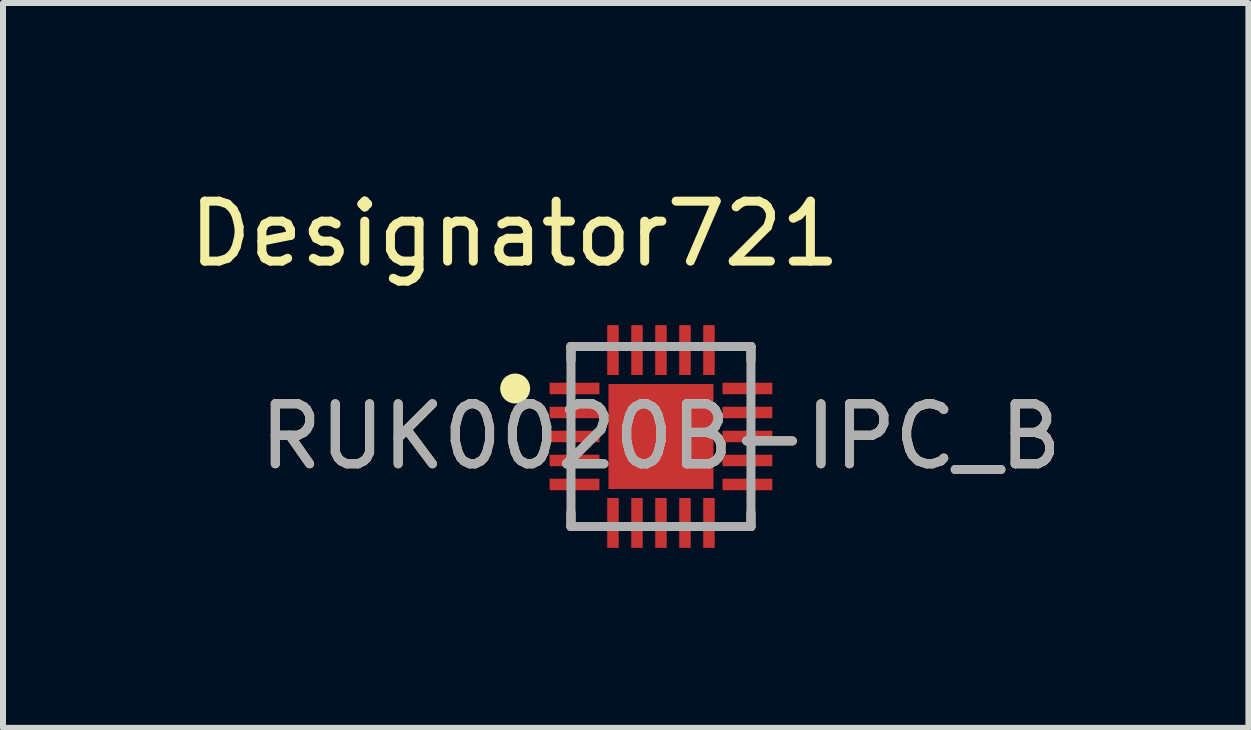
<source format=kicad_pcb>
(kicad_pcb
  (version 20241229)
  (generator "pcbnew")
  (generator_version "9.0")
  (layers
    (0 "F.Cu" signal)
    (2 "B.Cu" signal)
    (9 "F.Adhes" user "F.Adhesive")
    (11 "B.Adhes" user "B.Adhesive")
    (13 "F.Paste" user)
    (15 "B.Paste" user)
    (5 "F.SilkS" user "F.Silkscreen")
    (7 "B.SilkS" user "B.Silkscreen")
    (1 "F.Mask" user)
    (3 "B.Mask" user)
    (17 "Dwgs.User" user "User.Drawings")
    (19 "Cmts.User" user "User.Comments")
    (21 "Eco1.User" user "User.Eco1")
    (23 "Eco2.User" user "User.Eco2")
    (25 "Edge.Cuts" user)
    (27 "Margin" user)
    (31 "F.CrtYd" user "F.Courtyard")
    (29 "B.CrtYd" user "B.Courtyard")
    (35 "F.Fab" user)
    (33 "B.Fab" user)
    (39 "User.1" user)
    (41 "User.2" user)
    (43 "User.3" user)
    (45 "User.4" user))
  (footprint "RUK0020B-IPC_B"
    (layer "F.Cu")
    (at 7.968 4.226)
    (property "Reference" "RUK0020B-IPC_B" (at 0 0 0) (unlocked yes) (layer "F.SilkS") (effects (font (size 1 1) (thickness 0.15))))
    (attr smd)
    (fp_line (start -1.5 -1.5) (end -1.271 -1.5) (stroke (width 0.15) (type solid)) (layer "F.SilkS"))
    (fp_line (start -1.5 -1.271) (end -1.5 -1.5) (stroke (width 0.15) (type solid)) (layer "F.SilkS"))
    (fp_line (start -1.5 1.5) (end -1.5 1.271) (stroke (width 0.15) (type solid)) (layer "F.SilkS"))
    (fp_line (start -1.5 1.5) (end -1.271 1.5) (stroke (width 0.15) (type solid)) (layer "F.SilkS"))
    (fp_line (start 1.271 -1.5) (end 1.5 -1.5) (stroke (width 0.15) (type solid)) (layer "F.SilkS"))
    (fp_line (start 1.271 1.5) (end 1.5 1.5) (stroke (width 0.15) (type solid)) (layer "F.SilkS"))
    (fp_line (start 1.5 -1.271) (end 1.5 -1.5) (stroke (width 0.15) (type solid)) (layer "F.SilkS"))
    (fp_line (start 1.5 1.5) (end 1.5 1.271) (stroke (width 0.15) (type solid)) (layer "F.SilkS"))
    (fp_circle (center -2.431 -0.8) (end -2.306 -0.8) (stroke (width 0.25) (type solid)) (fill no) (layer "F.SilkS"))
    (fp_poly (pts (xy -0.553 0.553) (xy 0.553 0.553) (xy 0.553 -0.553) (xy -0.553 -0.553)) (stroke (width 0) (type solid)) (fill yes) (layer "F.Paste"))
    (fp_line (start -1.5 -1.5) (end 1.5 -1.5) (stroke (width 0.15) (type solid)) (layer "F.Fab"))
    (fp_line (start -1.5 1.5) (end -1.5 -1.5) (stroke (width 0.15) (type solid)) (layer "F.Fab"))
    (fp_line (start -1.5 1.5) (end 1.5 1.5) (stroke (width 0.15) (type solid)) (layer "F.Fab"))
    (fp_line (start 1.5 1.5) (end 1.5 -1.5) (stroke (width 0.15) (type solid)) (layer "F.Fab"))
    (fp_text user "Designator721" (at -2.438 -3.378 0) (unlocked yes) (layer "F.SilkS") (effects (font (size 1 1) (thickness 0.15))))
    (fp_text user "${REFERENCE}" (at 0 0 0) (unlocked yes) (layer "F.Fab") (effects (font (size 1 1) (thickness 0.15))))
    (pad "1" smd rect (at -1.441 -0.8 90) (size 0.192 0.831) (layers "F.Cu" "F.Mask" "F.Paste"))
    (pad "2" smd rect (at -1.441 -0.4 90) (size 0.192 0.831) (layers "F.Cu" "F.Mask" "F.Paste"))
    (pad "3" smd rect (at -1.441 0 90) (size 0.192 0.831) (layers "F.Cu" "F.Mask" "F.Paste"))
    (pad "4" smd rect (at -1.441 0.4 90) (size 0.192 0.831) (layers "F.Cu" "F.Mask" "F.Paste"))
    (pad "5" smd rect (at -1.441 0.8 90) (size 0.192 0.831) (layers "F.Cu" "F.Mask" "F.Paste"))
    (pad "6" smd rect (at -0.8 1.441) (size 0.192 0.831) (layers "F.Cu" "F.Mask" "F.Paste"))
    (pad "7" smd rect (at -0.4 1.441) (size 0.192 0.831) (layers "F.Cu" "F.Mask" "F.Paste"))
    (pad "8" smd rect (at 0 1.441) (size 0.192 0.831) (layers "F.Cu" "F.Mask" "F.Paste"))
    (pad "9" smd rect (at 0.4 1.441) (size 0.192 0.831) (layers "F.Cu" "F.Mask" "F.Paste"))
    (pad "10" smd rect (at 0.8 1.441) (size 0.192 0.831) (layers "F.Cu" "F.Mask" "F.Paste"))
    (pad "11" smd rect (at 1.441 0.8 90) (size 0.192 0.831) (layers "F.Cu" "F.Mask" "F.Paste"))
    (pad "12" smd rect (at 1.441 0.4 90) (size 0.192 0.831) (layers "F.Cu" "F.Mask" "F.Paste"))
    (pad "13" smd rect (at 1.441 0 90) (size 0.192 0.831) (layers "F.Cu" "F.Mask" "F.Paste"))
    (pad "14" smd rect (at 1.441 -0.4 90) (size 0.192 0.831) (layers "F.Cu" "F.Mask" "F.Paste"))
    (pad "15" smd rect (at 1.441 -0.8 90) (size 0.192 0.831) (layers "F.Cu" "F.Mask" "F.Paste"))
    (pad "16" smd rect (at 0.8 -1.441) (size 0.192 0.831) (layers "F.Cu" "F.Mask" "F.Paste"))
    (pad "17" smd rect (at 0.4 -1.441) (size 0.192 0.831) (layers "F.Cu" "F.Mask" "F.Paste"))
    (pad "18" smd rect (at 0 -1.441) (size 0.192 0.831) (layers "F.Cu" "F.Mask" "F.Paste"))
    (pad "19" smd rect (at -0.4 -1.441) (size 0.192 0.831) (layers "F.Cu" "F.Mask" "F.Paste"))
    (pad "20" smd rect (at -0.8 -1.441) (size 0.192 0.831) (layers "F.Cu" "F.Mask" "F.Paste"))
    (pad "21" smd rect (at 0 0) (size 1.75 1.75) (layers "F.Cu" "F.Mask")))
  (gr_rect
    (start -3 -3)
    (end 17.76 9.083)
    (stroke (width 0.1) (type default))
    (fill no)
    (layer "Edge.Cuts")))
</source>
